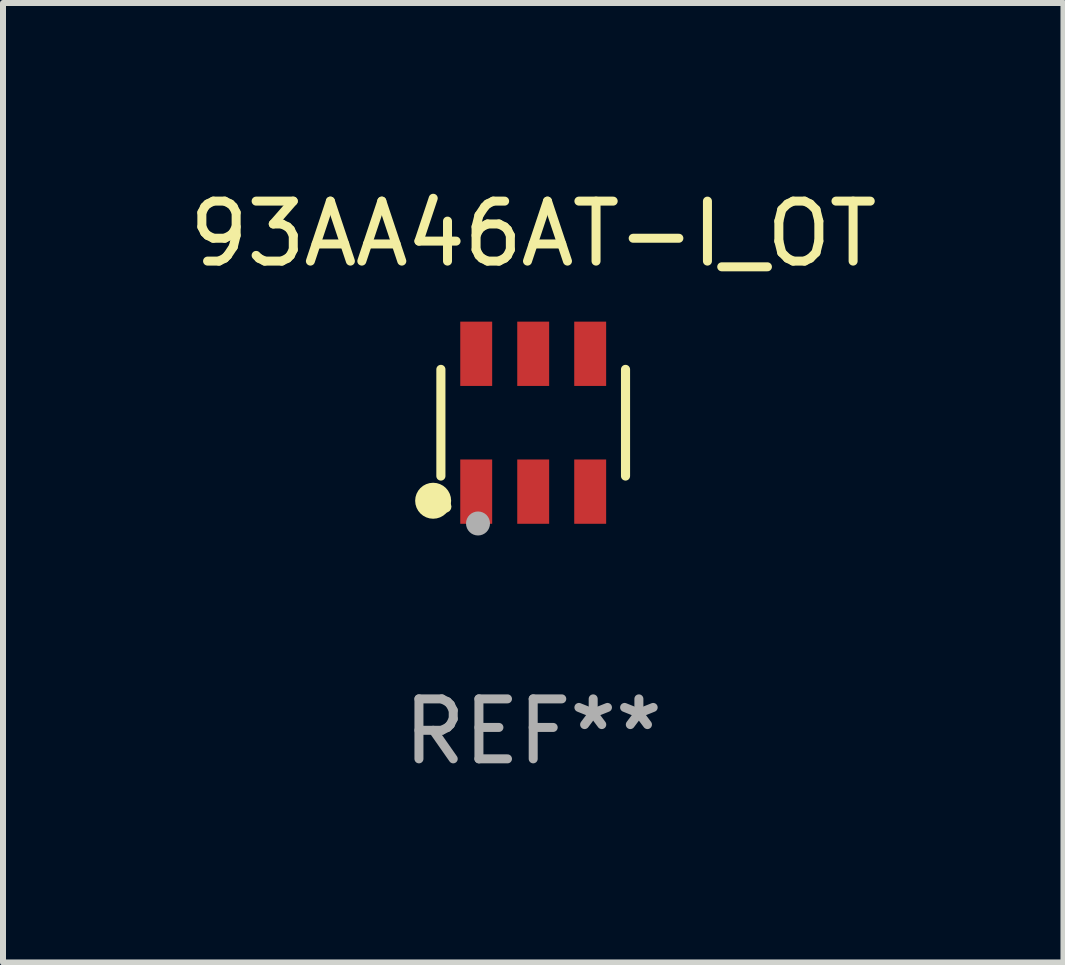
<source format=kicad_pcb>
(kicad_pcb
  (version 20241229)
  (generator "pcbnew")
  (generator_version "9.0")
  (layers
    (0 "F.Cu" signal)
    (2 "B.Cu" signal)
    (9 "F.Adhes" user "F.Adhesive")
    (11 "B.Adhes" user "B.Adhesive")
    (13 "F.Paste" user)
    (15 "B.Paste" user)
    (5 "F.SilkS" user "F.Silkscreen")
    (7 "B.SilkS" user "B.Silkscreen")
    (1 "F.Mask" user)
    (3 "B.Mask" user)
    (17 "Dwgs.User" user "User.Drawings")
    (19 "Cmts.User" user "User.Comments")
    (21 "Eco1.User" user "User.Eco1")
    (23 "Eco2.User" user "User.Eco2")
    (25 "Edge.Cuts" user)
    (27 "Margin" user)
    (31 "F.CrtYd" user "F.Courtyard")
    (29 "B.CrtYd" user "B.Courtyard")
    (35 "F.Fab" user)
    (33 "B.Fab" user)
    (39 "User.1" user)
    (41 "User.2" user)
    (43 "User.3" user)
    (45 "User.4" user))
  (footprint "93AA46AT-I_OT"
    (layer "F.Cu")
    (at 5.839 3.997)
    (property "Reference" "93AA46AT-I_OT" (at 0 -3.149 0) (layer "F.SilkS") (effects (font (size 1 1) (thickness 0.15))))
    (attr through_hole)
    (fp_line (start -1.539 0.889) (end -1.539 -0.889) (stroke (width 0.152) (type solid)) (layer "F.SilkS"))
    (fp_line (start 1.539 0.889) (end 1.539 -0.889) (stroke (width 0.152) (type solid)) (layer "F.SilkS"))
    (fp_circle (center -1.668 1.301) (end -1.518 1.301) (stroke (width 0.3) (type solid)) (fill no) (layer "F.SilkS"))
    (fp_circle (center -1.463 1.4) (end -1.413 1.4) (stroke (width 0.1) (type solid)) (fill no) (layer "F.SilkS"))
    (fp_circle (center -0.92 1.68) (end -0.82 1.68) (stroke (width 0.2) (type solid)) (fill no) (layer "F.Fab"))
    (fp_text user "REF**" (at 0 5.149 0) (layer "F.Fab") (effects (font (size 1 1) (thickness 0.15))))
    (pad "1" smd rect (at -0.95 1.149) (size 0.532 1.072) (layers "F.Cu" "F.Mask" "F.Paste"))
    (pad "2" smd rect (at 0 1.149) (size 0.532 1.072) (layers "F.Cu" "F.Mask" "F.Paste"))
    (pad "3" smd rect (at 0.95 1.149) (size 0.532 1.072) (layers "F.Cu" "F.Mask" "F.Paste"))
    (pad "4" smd rect (at 0.95 -1.149) (size 0.532 1.072) (layers "F.Cu" "F.Mask" "F.Paste"))
    (pad "5" smd rect (at 0 -1.149) (size 0.532 1.072) (layers "F.Cu" "F.Mask" "F.Paste"))
    (pad "6" smd rect (at -0.95 -1.149) (size 0.532 1.072) (layers "F.Cu" "F.Mask" "F.Paste")))
  (gr_rect
    (start -3 -3)
    (end 14.679 12.995)
    (stroke (width 0.1) (type default))
    (fill no)
    (layer "Edge.Cuts")))
</source>
